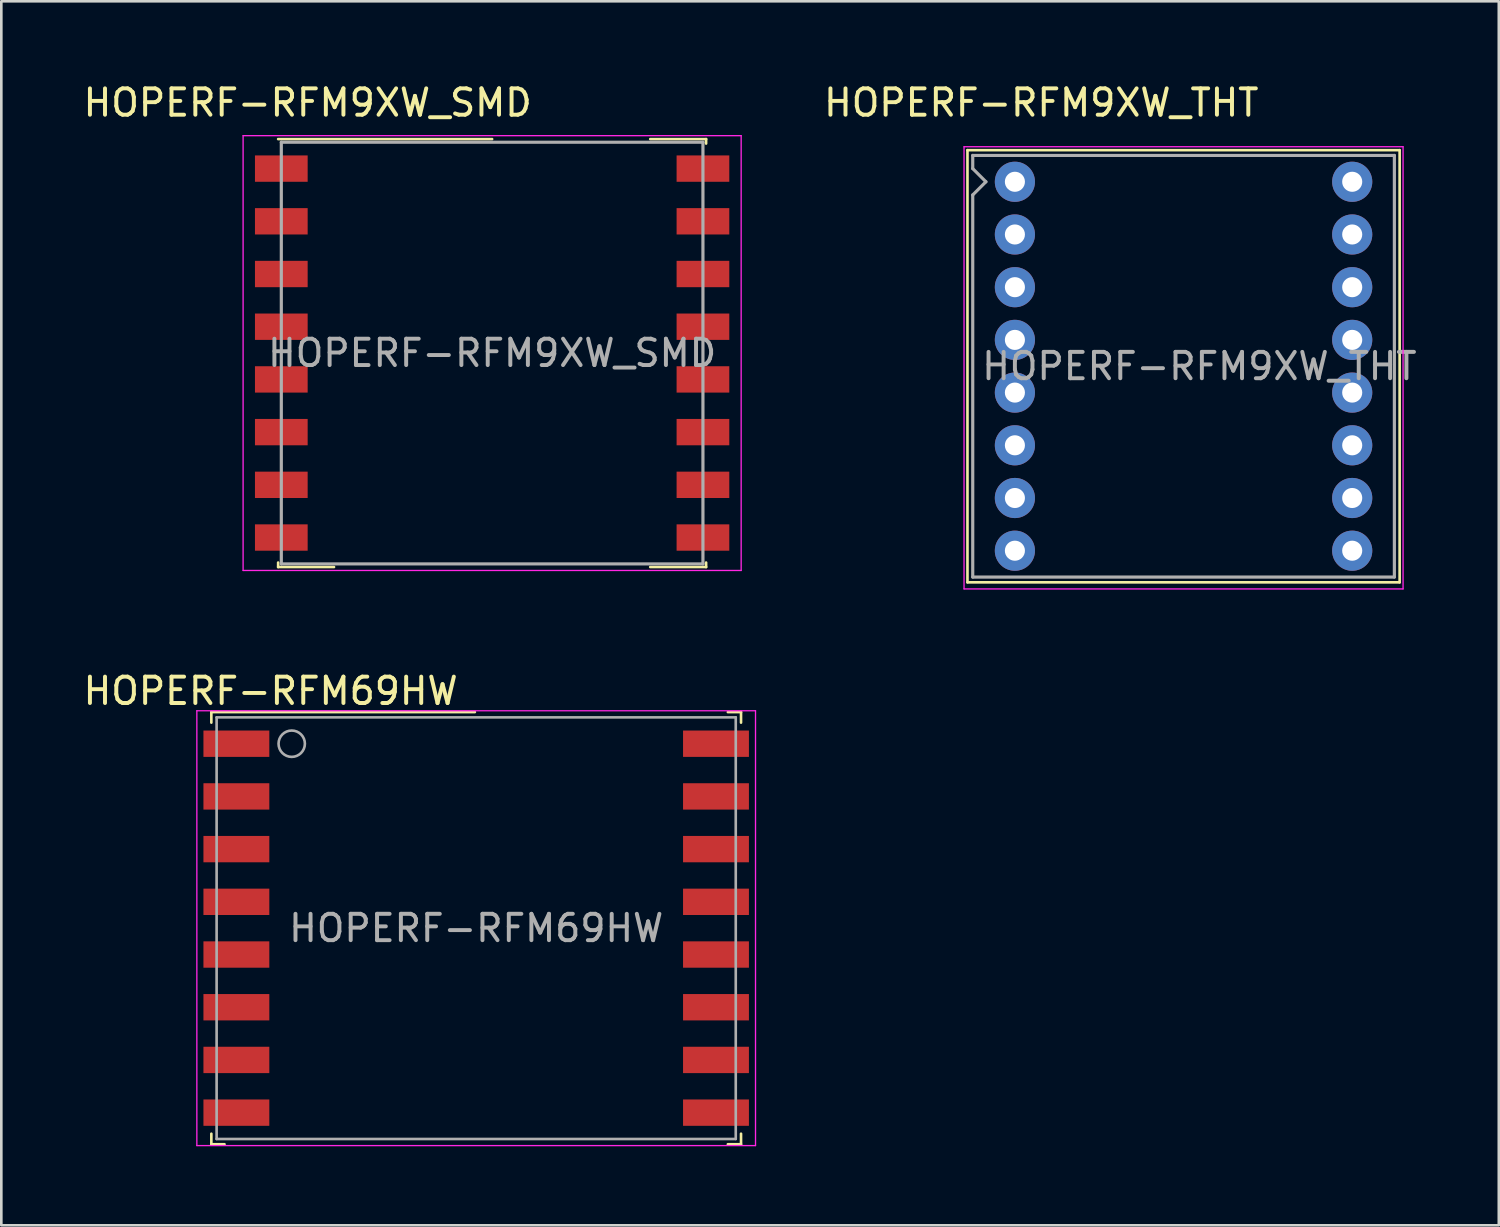
<source format=kicad_pcb>
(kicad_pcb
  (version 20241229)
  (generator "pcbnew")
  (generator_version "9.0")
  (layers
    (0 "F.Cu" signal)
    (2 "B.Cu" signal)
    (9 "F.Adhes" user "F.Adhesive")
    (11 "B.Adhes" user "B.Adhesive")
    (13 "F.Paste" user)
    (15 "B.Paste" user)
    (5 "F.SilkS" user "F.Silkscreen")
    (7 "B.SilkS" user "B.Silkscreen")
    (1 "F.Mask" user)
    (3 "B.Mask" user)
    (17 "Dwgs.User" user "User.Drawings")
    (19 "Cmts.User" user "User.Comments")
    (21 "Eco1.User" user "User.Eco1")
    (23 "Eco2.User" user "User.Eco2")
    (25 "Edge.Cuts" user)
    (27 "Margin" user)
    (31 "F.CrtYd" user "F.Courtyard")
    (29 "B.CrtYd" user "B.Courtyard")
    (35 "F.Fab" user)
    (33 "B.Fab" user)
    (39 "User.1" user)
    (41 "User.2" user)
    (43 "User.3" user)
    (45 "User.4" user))
  (footprint "HOPERF-RFM9XW_SMD"
    (layer "F.Cu")
    (at 15.625 10.348)
    (property "Reference" "HOPERF-RFM9XW_SMD" (at -7 -9.5 0) (layer "F.SilkS") (effects (font (size 1 1) (thickness 0.15))))
    (attr smd)
    (fp_line (start -8.12 -8.12) (end 0 -8.12) (stroke (width 0.1) (type solid)) (layer "F.SilkS"))
    (fp_line (start -8.12 8.12) (end -8.12 7.95) (stroke (width 0.1) (type solid)) (layer "F.SilkS"))
    (fp_line (start -8.12 8.12) (end -6 8.12) (stroke (width 0.1) (type solid)) (layer "F.SilkS"))
    (fp_line (start 6 -8.12) (end 8.12 -8.12) (stroke (width 0.1) (type solid)) (layer "F.SilkS"))
    (fp_line (start 6 8.12) (end 8.12 8.12) (stroke (width 0.1) (type solid)) (layer "F.SilkS"))
    (fp_line (start 8.12 -8.12) (end 8.12 -7.95) (stroke (width 0.1) (type solid)) (layer "F.SilkS"))
    (fp_line (start 8.12 8.12) (end 8.12 7.95) (stroke (width 0.1) (type solid)) (layer "F.SilkS"))
    (fp_line (start -9.45 -8.25) (end 9.45 -8.25) (stroke (width 0.05) (type solid)) (layer "F.CrtYd"))
    (fp_line (start -9.45 8.25) (end -9.45 -8.25) (stroke (width 0.05) (type solid)) (layer "F.CrtYd"))
    (fp_line (start -9.45 8.25) (end 9.45 8.25) (stroke (width 0.05) (type solid)) (layer "F.CrtYd"))
    (fp_line (start 9.45 -8.25) (end 9.45 8.25) (stroke (width 0.05) (type solid)) (layer "F.CrtYd"))
    (fp_line (start -8 -8) (end 8 -8) (stroke (width 0.12) (type solid)) (layer "F.Fab"))
    (fp_line (start -8 8) (end -8 -8) (stroke (width 0.12) (type solid)) (layer "F.Fab"))
    (fp_line (start -8 8) (end 8 8) (stroke (width 0.12) (type solid)) (layer "F.Fab"))
    (fp_line (start 8 8) (end 8 -8) (stroke (width 0.12) (type solid)) (layer "F.Fab"))
    (fp_text user "${REFERENCE}" (at 0 0 0) (layer "F.Fab") (effects (font (size 1 1) (thickness 0.15))))
    (pad "1" smd rect (at -8 -7) (size 2 1) (layers "F.Cu" "F.Mask" "F.Paste"))
    (pad "2" smd rect (at -8 -5) (size 2 1) (layers "F.Cu" "F.Mask" "F.Paste"))
    (pad "3" smd rect (at -8 -3) (size 2 1) (layers "F.Cu" "F.Mask" "F.Paste"))
    (pad "4" smd rect (at -8 -1) (size 2 1) (layers "F.Cu" "F.Mask" "F.Paste"))
    (pad "5" smd rect (at -8 1) (size 2 1) (layers "F.Cu" "F.Mask" "F.Paste"))
    (pad "6" smd rect (at -8 3) (size 2 1) (layers "F.Cu" "F.Mask" "F.Paste"))
    (pad "7" smd rect (at -8 5) (size 2 1) (layers "F.Cu" "F.Mask" "F.Paste"))
    (pad "8" smd rect (at -8 7) (size 2 1) (layers "F.Cu" "F.Mask" "F.Paste"))
    (pad "9" smd rect (at 8 7) (size 2 1) (layers "F.Cu" "F.Mask" "F.Paste"))
    (pad "10" smd rect (at 8 5) (size 2 1) (layers "F.Cu" "F.Mask" "F.Paste"))
    (pad "11" smd rect (at 8 3) (size 2 1) (layers "F.Cu" "F.Mask" "F.Paste"))
    (pad "12" smd rect (at 8 1) (size 2 1) (layers "F.Cu" "F.Mask" "F.Paste"))
    (pad "13" smd rect (at 8 -1) (size 2 1) (layers "F.Cu" "F.Mask" "F.Paste"))
    (pad "14" smd rect (at 8 -3) (size 2 1) (layers "F.Cu" "F.Mask" "F.Paste"))
    (pad "15" smd rect (at 8 -5) (size 2 1) (layers "F.Cu" "F.Mask" "F.Paste"))
    (pad "16" smd rect (at 8 -7) (size 2 1) (layers "F.Cu" "F.Mask" "F.Paste")))
  (footprint "HOPERF-RFM69HW"
    (layer "F.Cu")
    (at 15.02 32.172)
    (property "Reference" "HOPERF-RFM69HW" (at -7.8 -9 0) (layer "F.SilkS") (effects (font (size 1 1) (thickness 0.15))))
    (attr smd)
    (fp_line (start -10.05 -8.2) (end -10.05 -7.8) (stroke (width 0.1) (type solid)) (layer "F.SilkS"))
    (fp_line (start -10.05 -8.2) (end -0.05 -8.2) (stroke (width 0.1) (type solid)) (layer "F.SilkS"))
    (fp_line (start -10.05 7.8) (end -10.05 8.2) (stroke (width 0.1) (type solid)) (layer "F.SilkS"))
    (fp_line (start -10.05 8.2) (end -9.55 8.2) (stroke (width 0.1) (type solid)) (layer "F.SilkS"))
    (fp_line (start 9.55 -8.2) (end 10.05 -8.2) (stroke (width 0.1) (type solid)) (layer "F.SilkS"))
    (fp_line (start 9.55 8.2) (end 10.05 8.2) (stroke (width 0.1) (type solid)) (layer "F.SilkS"))
    (fp_line (start 10.05 -8.2) (end 10.05 -7.8) (stroke (width 0.1) (type solid)) (layer "F.SilkS"))
    (fp_line (start 10.05 7.8) (end 10.05 8.2) (stroke (width 0.1) (type solid)) (layer "F.SilkS"))
    (fp_line (start -10.6 -8.25) (end 10.6 -8.25) (stroke (width 0.05) (type solid)) (layer "F.CrtYd"))
    (fp_line (start -10.6 8.25) (end -10.6 -8.25) (stroke (width 0.05) (type solid)) (layer "F.CrtYd"))
    (fp_line (start 10.6 -8.25) (end 10.6 8.25) (stroke (width 0.05) (type solid)) (layer "F.CrtYd"))
    (fp_line (start 10.6 8.25) (end -10.6 8.25) (stroke (width 0.05) (type solid)) (layer "F.CrtYd"))
    (fp_line (start -9.85 -8) (end 9.85 -8) (stroke (width 0.1) (type solid)) (layer "F.Fab"))
    (fp_line (start -9.85 8) (end -9.85 -8) (stroke (width 0.1) (type solid)) (layer "F.Fab"))
    (fp_line (start 9.85 -8) (end 9.85 8) (stroke (width 0.1) (type solid)) (layer "F.Fab"))
    (fp_line (start 9.85 8) (end -9.85 8) (stroke (width 0.1) (type solid)) (layer "F.Fab"))
    (fp_circle (center -7 -7) (end -7.5 -7) (stroke (width 0.1) (type solid)) (fill no) (layer "F.Fab"))
    (fp_text user "${REFERENCE}" (at 0 0 0) (layer "F.Fab") (effects (font (size 1 1) (thickness 0.15))))
    (pad "1" smd rect (at -9.1 -7) (size 2.5 1) (layers "F.Cu" "F.Mask" "F.Paste"))
    (pad "2" smd rect (at -9.1 -5) (size 2.5 1) (layers "F.Cu" "F.Mask" "F.Paste"))
    (pad "3" smd rect (at -9.1 -3) (size 2.5 1) (layers "F.Cu" "F.Mask" "F.Paste"))
    (pad "4" smd rect (at -9.1 -1) (size 2.5 1) (layers "F.Cu" "F.Mask" "F.Paste"))
    (pad "5" smd rect (at -9.1 1) (size 2.5 1) (layers "F.Cu" "F.Mask" "F.Paste"))
    (pad "6" smd rect (at -9.1 3) (size 2.5 1) (layers "F.Cu" "F.Mask" "F.Paste"))
    (pad "7" smd rect (at -9.1 5) (size 2.5 1) (layers "F.Cu" "F.Mask" "F.Paste"))
    (pad "8" smd rect (at -9.1 7) (size 2.5 1) (layers "F.Cu" "F.Mask" "F.Paste"))
    (pad "9" smd rect (at 9.1 7) (size 2.5 1) (layers "F.Cu" "F.Mask" "F.Paste"))
    (pad "10" smd rect (at 9.1 5) (size 2.5 1) (layers "F.Cu" "F.Mask" "F.Paste"))
    (pad "11" smd rect (at 9.1 3) (size 2.5 1) (layers "F.Cu" "F.Mask" "F.Paste"))
    (pad "12" smd rect (at 9.1 1) (size 2.5 1) (layers "F.Cu" "F.Mask" "F.Paste"))
    (pad "13" smd rect (at 9.1 -1) (size 2.5 1) (layers "F.Cu" "F.Mask" "F.Paste"))
    (pad "14" smd rect (at 9.1 -3) (size 2.5 1) (layers "F.Cu" "F.Mask" "F.Paste"))
    (pad "15" smd rect (at 9.1 -5) (size 2.5 1) (layers "F.Cu" "F.Mask" "F.Paste"))
    (pad "16" smd rect (at 9.1 -7) (size 2.5 1) (layers "F.Cu" "F.Mask" "F.Paste")))
  (footprint "HOPERF-RFM9XW_THT"
    (layer "F.Cu")
    (at 35.463 3.848)
    (property "Reference" "HOPERF-RFM9XW_THT" (at 1 -3 0) (layer "F.SilkS") (effects (font (size 1 1) (thickness 0.15))))
    (attr through_hole)
    (fp_line (start -1.8 -1.2) (end 14.6 -1.2) (stroke (width 0.1) (type solid)) (layer "F.SilkS"))
    (fp_line (start -1.8 15.2) (end -1.8 -1.2) (stroke (width 0.1) (type solid)) (layer "F.SilkS"))
    (fp_line (start 14.6 -1.2) (end 14.6 15.2) (stroke (width 0.1) (type solid)) (layer "F.SilkS"))
    (fp_line (start 14.6 15.2) (end -1.8 15.2) (stroke (width 0.1) (type solid)) (layer "F.SilkS"))
    (fp_line (start -1.93 -1.33) (end 14.73 -1.33) (stroke (width 0.05) (type solid)) (layer "F.CrtYd"))
    (fp_line (start -1.93 15.45) (end -1.93 -1.33) (stroke (width 0.05) (type solid)) (layer "F.CrtYd"))
    (fp_line (start 14.73 -1.33) (end 14.73 15.45) (stroke (width 0.05) (type solid)) (layer "F.CrtYd"))
    (fp_line (start 14.73 15.45) (end -1.93 15.45) (stroke (width 0.05) (type solid)) (layer "F.CrtYd"))
    (fp_line (start -1.6 -1) (end 14.4 -1) (stroke (width 0.12) (type solid)) (layer "F.Fab"))
    (fp_line (start -1.6 -0.5) (end -1.6 -1) (stroke (width 0.12) (type solid)) (layer "F.Fab"))
    (fp_line (start -1.6 0.5) (end -1.1 0) (stroke (width 0.12) (type solid)) (layer "F.Fab"))
    (fp_line (start -1.6 15) (end -1.6 0.5) (stroke (width 0.12) (type solid)) (layer "F.Fab"))
    (fp_line (start -1.6 15) (end 14.4 15) (stroke (width 0.12) (type solid)) (layer "F.Fab"))
    (fp_line (start -1.1 0) (end -1.6 -0.5) (stroke (width 0.12) (type solid)) (layer "F.Fab"))
    (fp_line (start 14.4 15) (end 14.4 -1) (stroke (width 0.12) (type solid)) (layer "F.Fab"))
    (fp_text user "${REFERENCE}" (at 7 7 0) (layer "F.Fab") (effects (font (size 1 1) (thickness 0.15))))
    (pad "1" thru_hole circle (at 0 0) (size 1.524 1.524) (drill 0.762) (layers "*.Cu" "*.Mask"))
    (pad "2" thru_hole circle (at 0 2) (size 1.524 1.524) (drill 0.762) (layers "*.Cu" "*.Mask"))
    (pad "3" thru_hole circle (at 0 4) (size 1.524 1.524) (drill 0.762) (layers "*.Cu" "*.Mask"))
    (pad "4" thru_hole circle (at 0 6) (size 1.524 1.524) (drill 0.762) (layers "*.Cu" "*.Mask"))
    (pad "5" thru_hole circle (at 0 8) (size 1.524 1.524) (drill 0.762) (layers "*.Cu" "*.Mask"))
    (pad "6" thru_hole circle (at 0 10) (size 1.524 1.524) (drill 0.762) (layers "*.Cu" "*.Mask"))
    (pad "7" thru_hole circle (at 0 12) (size 1.524 1.524) (drill 0.762) (layers "*.Cu" "*.Mask"))
    (pad "8" thru_hole circle (at 0 14) (size 1.524 1.524) (drill 0.762) (layers "*.Cu" "*.Mask"))
    (pad "9" thru_hole circle (at 12.8 14) (size 1.524 1.524) (drill 0.762) (layers "*.Cu" "*.Mask"))
    (pad "10" thru_hole circle (at 12.8 12) (size 1.524 1.524) (drill 0.762) (layers "*.Cu" "*.Mask"))
    (pad "11" thru_hole circle (at 12.8 10) (size 1.524 1.524) (drill 0.762) (layers "*.Cu" "*.Mask"))
    (pad "12" thru_hole circle (at 12.8 8) (size 1.524 1.524) (drill 0.762) (layers "*.Cu" "*.Mask"))
    (pad "13" thru_hole circle (at 12.8 6) (size 1.524 1.524) (drill 0.762) (layers "*.Cu" "*.Mask"))
    (pad "14" thru_hole circle (at 12.8 4) (size 1.524 1.524) (drill 0.762) (layers "*.Cu" "*.Mask"))
    (pad "15" thru_hole circle (at 12.8 2) (size 1.524 1.524) (drill 0.762) (layers "*.Cu" "*.Mask"))
    (pad "16" thru_hole circle (at 12.8 0) (size 1.524 1.524) (drill 0.762) (layers "*.Cu" "*.Mask")))
  (gr_rect
    (start -3 -3)
    (end 53.826 43.447)
    (stroke (width 0.1) (type default))
    (fill no)
    (layer "Edge.Cuts")))
</source>
